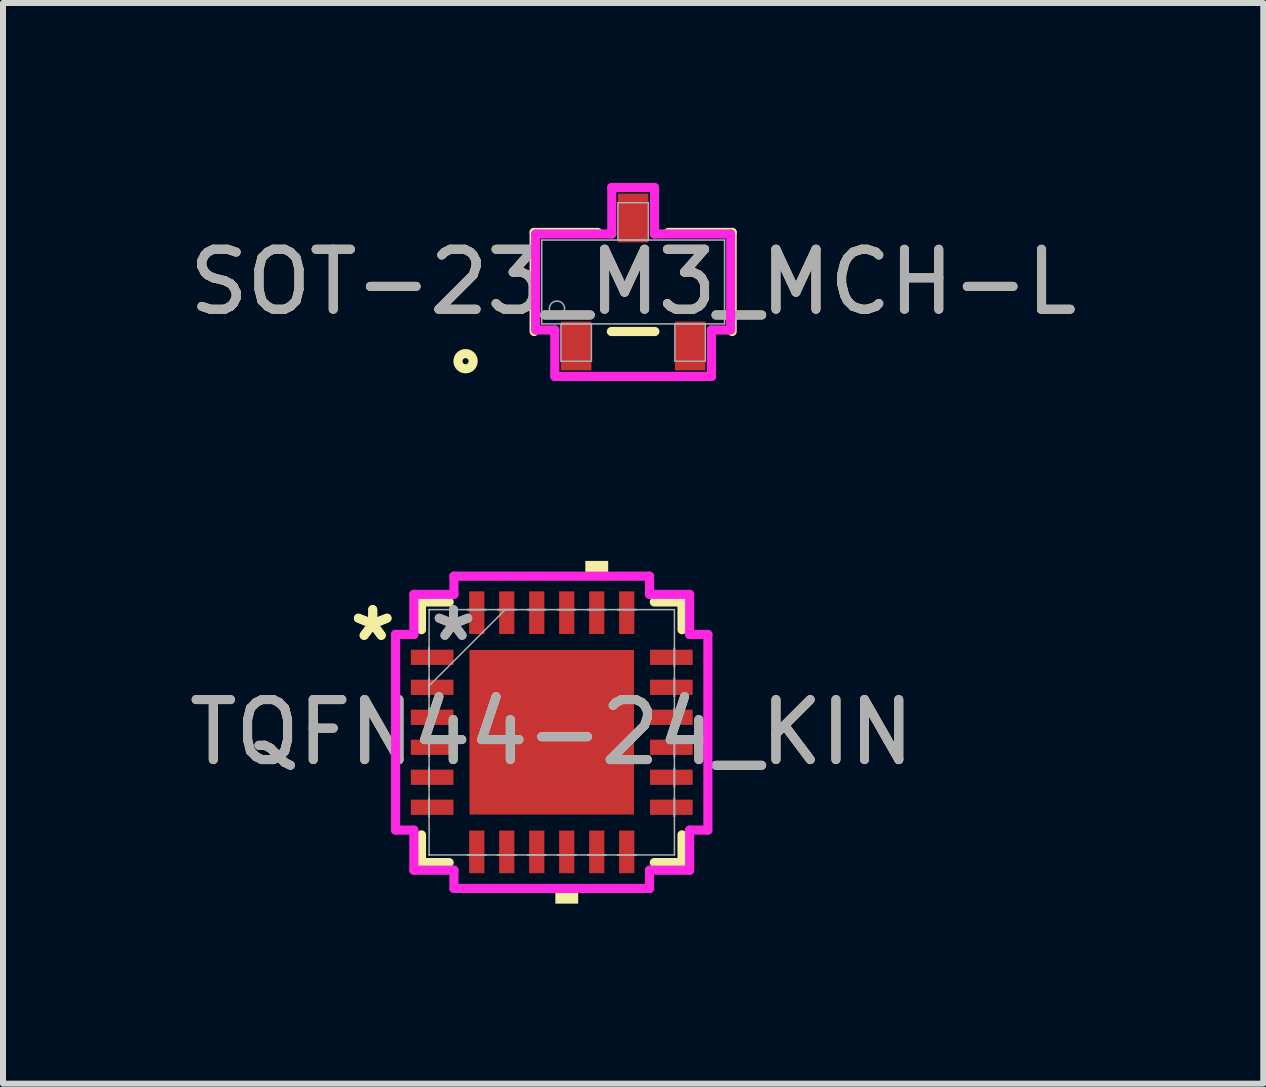
<source format=kicad_pcb>
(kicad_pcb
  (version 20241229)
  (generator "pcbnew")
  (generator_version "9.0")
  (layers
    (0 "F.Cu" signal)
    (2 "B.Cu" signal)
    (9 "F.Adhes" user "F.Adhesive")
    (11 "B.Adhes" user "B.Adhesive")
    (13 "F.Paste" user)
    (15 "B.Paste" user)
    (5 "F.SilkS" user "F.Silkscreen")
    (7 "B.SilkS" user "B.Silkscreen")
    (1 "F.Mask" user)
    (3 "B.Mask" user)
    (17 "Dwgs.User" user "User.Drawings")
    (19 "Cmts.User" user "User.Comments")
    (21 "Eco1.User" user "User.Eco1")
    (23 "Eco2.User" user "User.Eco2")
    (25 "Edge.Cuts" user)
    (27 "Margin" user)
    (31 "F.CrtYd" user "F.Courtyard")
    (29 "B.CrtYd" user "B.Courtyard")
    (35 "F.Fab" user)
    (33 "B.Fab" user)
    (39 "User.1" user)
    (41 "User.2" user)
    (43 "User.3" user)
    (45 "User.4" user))
  (footprint "SOT-23_M3_MCH-L"
    (layer "F.Cu")
    (at 7.506 1.651)
    (property "Reference" "SOT-23_M3_MCH-L" (at 0 0 0) (unlocked yes) (layer "F.SilkS") (effects (font (size 1 1) (thickness 0.15))))
    (attr smd)
    (fp_line (start -1.651 -0.826) (end -1.651 0.826) (stroke (width 0.152) (type solid)) (layer "F.SilkS"))
    (fp_line (start -0.587 -0.826) (end -1.651 -0.826) (stroke (width 0.152) (type solid)) (layer "F.SilkS"))
    (fp_line (start -0.363 0.826) (end 0.363 0.826) (stroke (width 0.152) (type solid)) (layer "F.SilkS"))
    (fp_line (start 1.651 -0.826) (end 0.587 -0.826) (stroke (width 0.152) (type solid)) (layer "F.SilkS"))
    (fp_line (start 1.651 0.826) (end 1.651 -0.826) (stroke (width 0.152) (type solid)) (layer "F.SilkS"))
    (fp_circle (center -2.794 1.321) (end -2.667 1.321) (stroke (width 0.152) (type solid)) (fill no) (layer "F.SilkS"))
    (fp_line (start -1.626 -0.8) (end -0.356 -0.8) (stroke (width 0.152) (type solid)) (layer "F.CrtYd"))
    (fp_line (start -1.626 0.8) (end -1.626 -0.8) (stroke (width 0.152) (type solid)) (layer "F.CrtYd"))
    (fp_line (start -1.626 0.8) (end -1.306 0.8) (stroke (width 0.152) (type solid)) (layer "F.CrtYd"))
    (fp_line (start -1.306 0.8) (end -1.306 1.575) (stroke (width 0.152) (type solid)) (layer "F.CrtYd"))
    (fp_line (start -1.306 1.575) (end 1.306 1.575) (stroke (width 0.152) (type solid)) (layer "F.CrtYd"))
    (fp_line (start -0.356 -1.575) (end 0.356 -1.575) (stroke (width 0.152) (type solid)) (layer "F.CrtYd"))
    (fp_line (start -0.356 -0.8) (end -0.356 -1.575) (stroke (width 0.152) (type solid)) (layer "F.CrtYd"))
    (fp_line (start 0.356 -0.8) (end 0.356 -1.575) (stroke (width 0.152) (type solid)) (layer "F.CrtYd"))
    (fp_line (start 1.306 0.8) (end 1.306 1.575) (stroke (width 0.152) (type solid)) (layer "F.CrtYd"))
    (fp_line (start 1.626 -0.8) (end 0.356 -0.8) (stroke (width 0.152) (type solid)) (layer "F.CrtYd"))
    (fp_line (start 1.626 -0.8) (end 1.626 0.8) (stroke (width 0.152) (type solid)) (layer "F.CrtYd"))
    (fp_line (start 1.626 0.8) (end 1.306 0.8) (stroke (width 0.152) (type solid)) (layer "F.CrtYd"))
    (fp_line (start -1.524 -0.699) (end -1.524 0.699) (stroke (width 0.025) (type solid)) (layer "F.Fab"))
    (fp_line (start -1.524 0.699) (end 1.524 0.699) (stroke (width 0.025) (type solid)) (layer "F.Fab"))
    (fp_line (start -1.204 0.699) (end -1.204 1.321) (stroke (width 0.025) (type solid)) (layer "F.Fab"))
    (fp_line (start -1.204 1.321) (end -0.696 1.321) (stroke (width 0.025) (type solid)) (layer "F.Fab"))
    (fp_line (start -0.696 0.699) (end -1.204 0.699) (stroke (width 0.025) (type solid)) (layer "F.Fab"))
    (fp_line (start -0.696 1.321) (end -0.696 0.699) (stroke (width 0.025) (type solid)) (layer "F.Fab"))
    (fp_line (start -0.254 -1.321) (end -0.254 -0.699) (stroke (width 0.025) (type solid)) (layer "F.Fab"))
    (fp_line (start -0.254 -0.699) (end 0.254 -0.699) (stroke (width 0.025) (type solid)) (layer "F.Fab"))
    (fp_line (start 0.254 -1.321) (end -0.254 -1.321) (stroke (width 0.025) (type solid)) (layer "F.Fab"))
    (fp_line (start 0.254 -0.699) (end 0.254 -1.321) (stroke (width 0.025) (type solid)) (layer "F.Fab"))
    (fp_line (start 0.696 0.699) (end 0.696 1.321) (stroke (width 0.025) (type solid)) (layer "F.Fab"))
    (fp_line (start 0.696 1.321) (end 1.204 1.321) (stroke (width 0.025) (type solid)) (layer "F.Fab"))
    (fp_line (start 1.204 0.699) (end 0.696 0.699) (stroke (width 0.025) (type solid)) (layer "F.Fab"))
    (fp_line (start 1.204 1.321) (end 1.204 0.699) (stroke (width 0.025) (type solid)) (layer "F.Fab"))
    (fp_line (start 1.524 -0.699) (end -1.524 -0.699) (stroke (width 0.025) (type solid)) (layer "F.Fab"))
    (fp_line (start 1.524 0.699) (end 1.524 -0.699) (stroke (width 0.025) (type solid)) (layer "F.Fab"))
    (fp_circle (center -1.27 0.445) (end -1.143 0.445) (stroke (width 0.025) (type solid)) (fill no) (layer "F.Fab"))
    (fp_text user "${REFERENCE}" (at 0 0 0) (unlocked yes) (layer "F.Fab") (effects (font (size 1 1) (thickness 0.15))))
    (pad "1" smd rect (at -0.95 1.067) (size 0.508 0.813) (layers "F.Cu" "F.Mask" "F.Paste"))
    (pad "2" smd rect (at 0.95 1.067) (size 0.508 0.813) (layers "F.Cu" "F.Mask" "F.Paste"))
    (pad "3" smd rect (at 0 -1.067) (size 0.508 0.813) (layers "F.Cu" "F.Mask" "F.Paste")))
  (footprint "TQFN44-24_KIN"
    (layer "F.Cu")
    (at 6.149 9.159)
    (property "Reference" "TQFN44-24_KIN" (at 0 0 0) (unlocked yes) (layer "F.SilkS") (effects (font (size 1 1) (thickness 0.15))))
    (attr smd)
    (fp_line (start -2.172 -2.172) (end -2.172 -1.71) (stroke (width 0.152) (type solid)) (layer "F.SilkS"))
    (fp_line (start -2.172 1.71) (end -2.172 2.172) (stroke (width 0.152) (type solid)) (layer "F.SilkS"))
    (fp_line (start -2.172 2.172) (end -1.71 2.172) (stroke (width 0.152) (type solid)) (layer "F.SilkS"))
    (fp_line (start -1.71 -2.172) (end -2.172 -2.172) (stroke (width 0.152) (type solid)) (layer "F.SilkS"))
    (fp_line (start 1.71 2.172) (end 2.172 2.172) (stroke (width 0.152) (type solid)) (layer "F.SilkS"))
    (fp_line (start 2.172 -2.172) (end 1.71 -2.172) (stroke (width 0.152) (type solid)) (layer "F.SilkS"))
    (fp_line (start 2.172 -1.71) (end 2.172 -2.172) (stroke (width 0.152) (type solid)) (layer "F.SilkS"))
    (fp_line (start 2.172 2.172) (end 2.172 1.71) (stroke (width 0.152) (type solid)) (layer "F.SilkS"))
    (fp_poly (pts (xy 0.06 2.603) (xy 0.06 2.857) (xy 0.441 2.857) (xy 0.441 2.603)) (stroke (width 0) (type solid)) (fill yes) (layer "F.SilkS"))
    (fp_poly (pts (xy 0.56 -2.603) (xy 0.56 -2.857) (xy 0.941 -2.857) (xy 0.941 -2.603)) (stroke (width 0) (type solid)) (fill yes) (layer "F.SilkS"))
    (fp_poly (pts (xy -1.272 -1.272) (xy -1.272 -0.1) (xy -0.1 -0.1) (xy -0.1 -1.272)) (stroke (width 0) (type solid)) (fill yes) (layer "F.Paste"))
    (fp_poly (pts (xy -1.272 0.1) (xy -1.272 1.272) (xy -0.1 1.272) (xy -0.1 0.1)) (stroke (width 0) (type solid)) (fill yes) (layer "F.Paste"))
    (fp_poly (pts (xy 0.1 -1.272) (xy 0.1 -0.1) (xy 1.272 -0.1) (xy 1.272 -1.272)) (stroke (width 0) (type solid)) (fill yes) (layer "F.Paste"))
    (fp_poly (pts (xy 0.1 0.1) (xy 0.1 1.272) (xy 1.272 1.272) (xy 1.272 0.1)) (stroke (width 0) (type solid)) (fill yes) (layer "F.Paste"))
    (fp_line (start -2.603 -1.631) (end -2.299 -1.631) (stroke (width 0.152) (type solid)) (layer "F.CrtYd"))
    (fp_line (start -2.603 1.631) (end -2.603 -1.631) (stroke (width 0.152) (type solid)) (layer "F.CrtYd"))
    (fp_line (start -2.299 -2.299) (end -1.631 -2.299) (stroke (width 0.152) (type solid)) (layer "F.CrtYd"))
    (fp_line (start -2.299 -1.631) (end -2.299 -2.299) (stroke (width 0.152) (type solid)) (layer "F.CrtYd"))
    (fp_line (start -2.299 1.631) (end -2.603 1.631) (stroke (width 0.152) (type solid)) (layer "F.CrtYd"))
    (fp_line (start -2.299 2.299) (end -2.299 1.631) (stroke (width 0.152) (type solid)) (layer "F.CrtYd"))
    (fp_line (start -1.631 -2.603) (end 1.631 -2.603) (stroke (width 0.152) (type solid)) (layer "F.CrtYd"))
    (fp_line (start -1.631 -2.299) (end -1.631 -2.603) (stroke (width 0.152) (type solid)) (layer "F.CrtYd"))
    (fp_line (start -1.631 2.299) (end -2.299 2.299) (stroke (width 0.152) (type solid)) (layer "F.CrtYd"))
    (fp_line (start -1.631 2.603) (end -1.631 2.299) (stroke (width 0.152) (type solid)) (layer "F.CrtYd"))
    (fp_line (start 1.631 -2.603) (end 1.631 -2.299) (stroke (width 0.152) (type solid)) (layer "F.CrtYd"))
    (fp_line (start 1.631 -2.299) (end 2.299 -2.299) (stroke (width 0.152) (type solid)) (layer "F.CrtYd"))
    (fp_line (start 1.631 2.299) (end 1.631 2.603) (stroke (width 0.152) (type solid)) (layer "F.CrtYd"))
    (fp_line (start 1.631 2.603) (end -1.631 2.603) (stroke (width 0.152) (type solid)) (layer "F.CrtYd"))
    (fp_line (start 2.299 -2.299) (end 2.299 -1.631) (stroke (width 0.152) (type solid)) (layer "F.CrtYd"))
    (fp_line (start 2.299 -1.631) (end 2.603 -1.631) (stroke (width 0.152) (type solid)) (layer "F.CrtYd"))
    (fp_line (start 2.299 1.631) (end 2.299 2.299) (stroke (width 0.152) (type solid)) (layer "F.CrtYd"))
    (fp_line (start 2.299 2.299) (end 1.631 2.299) (stroke (width 0.152) (type solid)) (layer "F.CrtYd"))
    (fp_line (start 2.603 -1.631) (end 2.603 1.631) (stroke (width 0.152) (type solid)) (layer "F.CrtYd"))
    (fp_line (start 2.603 1.631) (end 2.299 1.631) (stroke (width 0.152) (type solid)) (layer "F.CrtYd"))
    (fp_line (start -2.045 -2.045) (end -2.045 -2.045) (stroke (width 0.025) (type solid)) (layer "F.Fab"))
    (fp_line (start -2.045 -2.045) (end -2.045 2.045) (stroke (width 0.025) (type solid)) (layer "F.Fab"))
    (fp_line (start -2.045 -1.403) (end -2.045 -1.403) (stroke (width 0.025) (type solid)) (layer "F.Fab"))
    (fp_line (start -2.045 -1.403) (end -2.045 -1.098) (stroke (width 0.025) (type solid)) (layer "F.Fab"))
    (fp_line (start -2.045 -1.098) (end -2.045 -1.403) (stroke (width 0.025) (type solid)) (layer "F.Fab"))
    (fp_line (start -2.045 -1.098) (end -2.045 -1.098) (stroke (width 0.025) (type solid)) (layer "F.Fab"))
    (fp_line (start -2.045 -0.903) (end -2.045 -0.903) (stroke (width 0.025) (type solid)) (layer "F.Fab"))
    (fp_line (start -2.045 -0.903) (end -2.045 -0.598) (stroke (width 0.025) (type solid)) (layer "F.Fab"))
    (fp_line (start -2.045 -0.775) (end -0.775 -2.045) (stroke (width 0.025) (type solid)) (layer "F.Fab"))
    (fp_line (start -2.045 -0.598) (end -2.045 -0.903) (stroke (width 0.025) (type solid)) (layer "F.Fab"))
    (fp_line (start -2.045 -0.598) (end -2.045 -0.598) (stroke (width 0.025) (type solid)) (layer "F.Fab"))
    (fp_line (start -2.045 -0.402) (end -2.045 -0.402) (stroke (width 0.025) (type solid)) (layer "F.Fab"))
    (fp_line (start -2.045 -0.402) (end -2.045 -0.098) (stroke (width 0.025) (type solid)) (layer "F.Fab"))
    (fp_line (start -2.045 -0.098) (end -2.045 -0.402) (stroke (width 0.025) (type solid)) (layer "F.Fab"))
    (fp_line (start -2.045 -0.098) (end -2.045 -0.098) (stroke (width 0.025) (type solid)) (layer "F.Fab"))
    (fp_line (start -2.045 0.098) (end -2.045 0.098) (stroke (width 0.025) (type solid)) (layer "F.Fab"))
    (fp_line (start -2.045 0.098) (end -2.045 0.402) (stroke (width 0.025) (type solid)) (layer "F.Fab"))
    (fp_line (start -2.045 0.402) (end -2.045 0.098) (stroke (width 0.025) (type solid)) (layer "F.Fab"))
    (fp_line (start -2.045 0.402) (end -2.045 0.402) (stroke (width 0.025) (type solid)) (layer "F.Fab"))
    (fp_line (start -2.045 0.598) (end -2.045 0.598) (stroke (width 0.025) (type solid)) (layer "F.Fab"))
    (fp_line (start -2.045 0.598) (end -2.045 0.903) (stroke (width 0.025) (type solid)) (layer "F.Fab"))
    (fp_line (start -2.045 0.903) (end -2.045 0.598) (stroke (width 0.025) (type solid)) (layer "F.Fab"))
    (fp_line (start -2.045 0.903) (end -2.045 0.903) (stroke (width 0.025) (type solid)) (layer "F.Fab"))
    (fp_line (start -2.045 1.098) (end -2.045 1.098) (stroke (width 0.025) (type solid)) (layer "F.Fab"))
    (fp_line (start -2.045 1.098) (end -2.045 1.403) (stroke (width 0.025) (type solid)) (layer "F.Fab"))
    (fp_line (start -2.045 1.403) (end -2.045 1.098) (stroke (width 0.025) (type solid)) (layer "F.Fab"))
    (fp_line (start -2.045 1.403) (end -2.045 1.403) (stroke (width 0.025) (type solid)) (layer "F.Fab"))
    (fp_line (start -2.045 2.045) (end -2.045 2.045) (stroke (width 0.025) (type solid)) (layer "F.Fab"))
    (fp_line (start -2.045 2.045) (end 2.045 2.045) (stroke (width 0.025) (type solid)) (layer "F.Fab"))
    (fp_line (start -1.403 -2.045) (end -1.403 -2.045) (stroke (width 0.025) (type solid)) (layer "F.Fab"))
    (fp_line (start -1.403 -2.045) (end -1.098 -2.045) (stroke (width 0.025) (type solid)) (layer "F.Fab"))
    (fp_line (start -1.403 2.045) (end -1.403 2.045) (stroke (width 0.025) (type solid)) (layer "F.Fab"))
    (fp_line (start -1.403 2.045) (end -1.098 2.045) (stroke (width 0.025) (type solid)) (layer "F.Fab"))
    (fp_line (start -1.098 -2.045) (end -1.403 -2.045) (stroke (width 0.025) (type solid)) (layer "F.Fab"))
    (fp_line (start -1.098 -2.045) (end -1.098 -2.045) (stroke (width 0.025) (type solid)) (layer "F.Fab"))
    (fp_line (start -1.098 2.045) (end -1.403 2.045) (stroke (width 0.025) (type solid)) (layer "F.Fab"))
    (fp_line (start -1.098 2.045) (end -1.098 2.045) (stroke (width 0.025) (type solid)) (layer "F.Fab"))
    (fp_line (start -0.903 -2.045) (end -0.903 -2.045) (stroke (width 0.025) (type solid)) (layer "F.Fab"))
    (fp_line (start -0.903 -2.045) (end -0.598 -2.045) (stroke (width 0.025) (type solid)) (layer "F.Fab"))
    (fp_line (start -0.903 2.045) (end -0.903 2.045) (stroke (width 0.025) (type solid)) (layer "F.Fab"))
    (fp_line (start -0.903 2.045) (end -0.598 2.045) (stroke (width 0.025) (type solid)) (layer "F.Fab"))
    (fp_line (start -0.598 -2.045) (end -0.903 -2.045) (stroke (width 0.025) (type solid)) (layer "F.Fab"))
    (fp_line (start -0.598 -2.045) (end -0.598 -2.045) (stroke (width 0.025) (type solid)) (layer "F.Fab"))
    (fp_line (start -0.598 2.045) (end -0.903 2.045) (stroke (width 0.025) (type solid)) (layer "F.Fab"))
    (fp_line (start -0.598 2.045) (end -0.598 2.045) (stroke (width 0.025) (type solid)) (layer "F.Fab"))
    (fp_line (start -0.402 -2.045) (end -0.402 -2.045) (stroke (width 0.025) (type solid)) (layer "F.Fab"))
    (fp_line (start -0.402 -2.045) (end -0.098 -2.045) (stroke (width 0.025) (type solid)) (layer "F.Fab"))
    (fp_line (start -0.402 2.045) (end -0.402 2.045) (stroke (width 0.025) (type solid)) (layer "F.Fab"))
    (fp_line (start -0.402 2.045) (end -0.098 2.045) (stroke (width 0.025) (type solid)) (layer "F.Fab"))
    (fp_line (start -0.098 -2.045) (end -0.402 -2.045) (stroke (width 0.025) (type solid)) (layer "F.Fab"))
    (fp_line (start -0.098 -2.045) (end -0.098 -2.045) (stroke (width 0.025) (type solid)) (layer "F.Fab"))
    (fp_line (start -0.098 2.045) (end -0.402 2.045) (stroke (width 0.025) (type solid)) (layer "F.Fab"))
    (fp_line (start -0.098 2.045) (end -0.098 2.045) (stroke (width 0.025) (type solid)) (layer "F.Fab"))
    (fp_line (start 0.098 -2.045) (end 0.098 -2.045) (stroke (width 0.025) (type solid)) (layer "F.Fab"))
    (fp_line (start 0.098 -2.045) (end 0.402 -2.045) (stroke (width 0.025) (type solid)) (layer "F.Fab"))
    (fp_line (start 0.098 2.045) (end 0.098 2.045) (stroke (width 0.025) (type solid)) (layer "F.Fab"))
    (fp_line (start 0.098 2.045) (end 0.402 2.045) (stroke (width 0.025) (type solid)) (layer "F.Fab"))
    (fp_line (start 0.402 -2.045) (end 0.098 -2.045) (stroke (width 0.025) (type solid)) (layer "F.Fab"))
    (fp_line (start 0.402 -2.045) (end 0.402 -2.045) (stroke (width 0.025) (type solid)) (layer "F.Fab"))
    (fp_line (start 0.402 2.045) (end 0.098 2.045) (stroke (width 0.025) (type solid)) (layer "F.Fab"))
    (fp_line (start 0.402 2.045) (end 0.402 2.045) (stroke (width 0.025) (type solid)) (layer "F.Fab"))
    (fp_line (start 0.598 -2.045) (end 0.598 -2.045) (stroke (width 0.025) (type solid)) (layer "F.Fab"))
    (fp_line (start 0.598 -2.045) (end 0.903 -2.045) (stroke (width 0.025) (type solid)) (layer "F.Fab"))
    (fp_line (start 0.598 2.045) (end 0.598 2.045) (stroke (width 0.025) (type solid)) (layer "F.Fab"))
    (fp_line (start 0.598 2.045) (end 0.903 2.045) (stroke (width 0.025) (type solid)) (layer "F.Fab"))
    (fp_line (start 0.903 -2.045) (end 0.598 -2.045) (stroke (width 0.025) (type solid)) (layer "F.Fab"))
    (fp_line (start 0.903 -2.045) (end 0.903 -2.045) (stroke (width 0.025) (type solid)) (layer "F.Fab"))
    (fp_line (start 0.903 2.045) (end 0.598 2.045) (stroke (width 0.025) (type solid)) (layer "F.Fab"))
    (fp_line (start 0.903 2.045) (end 0.903 2.045) (stroke (width 0.025) (type solid)) (layer "F.Fab"))
    (fp_line (start 1.098 -2.045) (end 1.098 -2.045) (stroke (width 0.025) (type solid)) (layer "F.Fab"))
    (fp_line (start 1.098 -2.045) (end 1.403 -2.045) (stroke (width 0.025) (type solid)) (layer "F.Fab"))
    (fp_line (start 1.098 2.045) (end 1.098 2.045) (stroke (width 0.025) (type solid)) (layer "F.Fab"))
    (fp_line (start 1.098 2.045) (end 1.403 2.045) (stroke (width 0.025) (type solid)) (layer "F.Fab"))
    (fp_line (start 1.403 -2.045) (end 1.098 -2.045) (stroke (width 0.025) (type solid)) (layer "F.Fab"))
    (fp_line (start 1.403 -2.045) (end 1.403 -2.045) (stroke (width 0.025) (type solid)) (layer "F.Fab"))
    (fp_line (start 1.403 2.045) (end 1.098 2.045) (stroke (width 0.025) (type solid)) (layer "F.Fab"))
    (fp_line (start 1.403 2.045) (end 1.403 2.045) (stroke (width 0.025) (type solid)) (layer "F.Fab"))
    (fp_line (start 2.045 -2.045) (end -2.045 -2.045) (stroke (width 0.025) (type solid)) (layer "F.Fab"))
    (fp_line (start 2.045 -2.045) (end 2.045 -2.045) (stroke (width 0.025) (type solid)) (layer "F.Fab"))
    (fp_line (start 2.045 -1.403) (end 2.045 -1.403) (stroke (width 0.025) (type solid)) (layer "F.Fab"))
    (fp_line (start 2.045 -1.403) (end 2.045 -1.098) (stroke (width 0.025) (type solid)) (layer "F.Fab"))
    (fp_line (start 2.045 -1.098) (end 2.045 -1.403) (stroke (width 0.025) (type solid)) (layer "F.Fab"))
    (fp_line (start 2.045 -1.098) (end 2.045 -1.098) (stroke (width 0.025) (type solid)) (layer "F.Fab"))
    (fp_line (start 2.045 -0.903) (end 2.045 -0.903) (stroke (width 0.025) (type solid)) (layer "F.Fab"))
    (fp_line (start 2.045 -0.903) (end 2.045 -0.598) (stroke (width 0.025) (type solid)) (layer "F.Fab"))
    (fp_line (start 2.045 -0.598) (end 2.045 -0.903) (stroke (width 0.025) (type solid)) (layer "F.Fab"))
    (fp_line (start 2.045 -0.598) (end 2.045 -0.598) (stroke (width 0.025) (type solid)) (layer "F.Fab"))
    (fp_line (start 2.045 -0.402) (end 2.045 -0.402) (stroke (width 0.025) (type solid)) (layer "F.Fab"))
    (fp_line (start 2.045 -0.402) (end 2.045 -0.098) (stroke (width 0.025) (type solid)) (layer "F.Fab"))
    (fp_line (start 2.045 -0.098) (end 2.045 -0.402) (stroke (width 0.025) (type solid)) (layer "F.Fab"))
    (fp_line (start 2.045 -0.098) (end 2.045 -0.098) (stroke (width 0.025) (type solid)) (layer "F.Fab"))
    (fp_line (start 2.045 0.098) (end 2.045 0.098) (stroke (width 0.025) (type solid)) (layer "F.Fab"))
    (fp_line (start 2.045 0.098) (end 2.045 0.402) (stroke (width 0.025) (type solid)) (layer "F.Fab"))
    (fp_line (start 2.045 0.402) (end 2.045 0.098) (stroke (width 0.025) (type solid)) (layer "F.Fab"))
    (fp_line (start 2.045 0.402) (end 2.045 0.402) (stroke (width 0.025) (type solid)) (layer "F.Fab"))
    (fp_line (start 2.045 0.598) (end 2.045 0.598) (stroke (width 0.025) (type solid)) (layer "F.Fab"))
    (fp_line (start 2.045 0.598) (end 2.045 0.903) (stroke (width 0.025) (type solid)) (layer "F.Fab"))
    (fp_line (start 2.045 0.903) (end 2.045 0.598) (stroke (width 0.025) (type solid)) (layer "F.Fab"))
    (fp_line (start 2.045 0.903) (end 2.045 0.903) (stroke (width 0.025) (type solid)) (layer "F.Fab"))
    (fp_line (start 2.045 1.098) (end 2.045 1.098) (stroke (width 0.025) (type solid)) (layer "F.Fab"))
    (fp_line (start 2.045 1.098) (end 2.045 1.403) (stroke (width 0.025) (type solid)) (layer "F.Fab"))
    (fp_line (start 2.045 1.403) (end 2.045 1.098) (stroke (width 0.025) (type solid)) (layer "F.Fab"))
    (fp_line (start 2.045 1.403) (end 2.045 1.403) (stroke (width 0.025) (type solid)) (layer "F.Fab"))
    (fp_line (start 2.045 2.045) (end 2.045 -2.045) (stroke (width 0.025) (type solid)) (layer "F.Fab"))
    (fp_line (start 2.045 2.045) (end 2.045 2.045) (stroke (width 0.025) (type solid)) (layer "F.Fab"))
    (fp_text user "*" (at -2.985 -1.5 0) (unlocked yes) (layer "F.SilkS") (effects (font (size 1 1) (thickness 0.15))))
    (fp_text user "*" (at -2.985 -1.5 0) (layer "F.SilkS") (effects (font (size 1 1) (thickness 0.15))))
    (fp_text user "*" (at -1.638 -1.5 0) (unlocked yes) (layer "F.Fab") (effects (font (size 1 1) (thickness 0.15))))
    (fp_text user "${REFERENCE}" (at 0 0 0) (unlocked yes) (layer "F.Fab") (effects (font (size 1 1) (thickness 0.15))))
    (fp_text user "*" (at -1.638 -1.5 0) (layer "F.Fab") (effects (font (size 1 1) (thickness 0.15))))
    (pad "1" smd rect (at -1.994 -1.25 90) (size 0.254 0.711) (layers "F.Cu" "F.Mask" "F.Paste"))
    (pad "2" smd rect (at -1.994 -0.75 90) (size 0.254 0.711) (layers "F.Cu" "F.Mask" "F.Paste"))
    (pad "3" smd rect (at -1.994 -0.25 90) (size 0.254 0.711) (layers "F.Cu" "F.Mask" "F.Paste"))
    (pad "4" smd rect (at -1.994 0.25 90) (size 0.254 0.711) (layers "F.Cu" "F.Mask" "F.Paste"))
    (pad "5" smd rect (at -1.994 0.75 90) (size 0.254 0.711) (layers "F.Cu" "F.Mask" "F.Paste"))
    (pad "6" smd rect (at -1.994 1.25 90) (size 0.254 0.711) (layers "F.Cu" "F.Mask" "F.Paste"))
    (pad "7" smd rect (at -1.25 1.994) (size 0.254 0.711) (layers "F.Cu" "F.Mask" "F.Paste"))
    (pad "8" smd rect (at -0.75 1.994) (size 0.254 0.711) (layers "F.Cu" "F.Mask" "F.Paste"))
    (pad "9" smd rect (at -0.25 1.994) (size 0.254 0.711) (layers "F.Cu" "F.Mask" "F.Paste"))
    (pad "10" smd rect (at 0.25 1.994) (size 0.254 0.711) (layers "F.Cu" "F.Mask" "F.Paste"))
    (pad "11" smd rect (at 0.75 1.994) (size 0.254 0.711) (layers "F.Cu" "F.Mask" "F.Paste"))
    (pad "12" smd rect (at 1.25 1.994) (size 0.254 0.711) (layers "F.Cu" "F.Mask" "F.Paste"))
    (pad "13" smd rect (at 1.994 1.25 90) (size 0.254 0.711) (layers "F.Cu" "F.Mask" "F.Paste"))
    (pad "14" smd rect (at 1.994 0.75 90) (size 0.254 0.711) (layers "F.Cu" "F.Mask" "F.Paste"))
    (pad "15" smd rect (at 1.994 0.25 90) (size 0.254 0.711) (layers "F.Cu" "F.Mask" "F.Paste"))
    (pad "16" smd rect (at 1.994 -0.25 90) (size 0.254 0.711) (layers "F.Cu" "F.Mask" "F.Paste"))
    (pad "17" smd rect (at 1.994 -0.75 90) (size 0.254 0.711) (layers "F.Cu" "F.Mask" "F.Paste"))
    (pad "18" smd rect (at 1.994 -1.25 90) (size 0.254 0.711) (layers "F.Cu" "F.Mask" "F.Paste"))
    (pad "19" smd rect (at 1.25 -1.994) (size 0.254 0.711) (layers "F.Cu" "F.Mask" "F.Paste"))
    (pad "20" smd rect (at 0.75 -1.994) (size 0.254 0.711) (layers "F.Cu" "F.Mask" "F.Paste"))
    (pad "21" smd rect (at 0.25 -1.994) (size 0.254 0.711) (layers "F.Cu" "F.Mask" "F.Paste"))
    (pad "22" smd rect (at -0.25 -1.994) (size 0.254 0.711) (layers "F.Cu" "F.Mask" "F.Paste"))
    (pad "23" smd rect (at -0.75 -1.994) (size 0.254 0.711) (layers "F.Cu" "F.Mask" "F.Paste"))
    (pad "24" smd rect (at -1.25 -1.994) (size 0.254 0.711) (layers "F.Cu" "F.Mask" "F.Paste"))
    (pad "25" smd rect (at 0 0) (size 2.743 2.743) (layers "F.Cu" "F.Mask")))
  (gr_rect
    (start -3 -3)
    (end 18.012 15.017)
    (stroke (width 0.1) (type default))
    (fill no)
    (layer "Edge.Cuts")))
</source>
